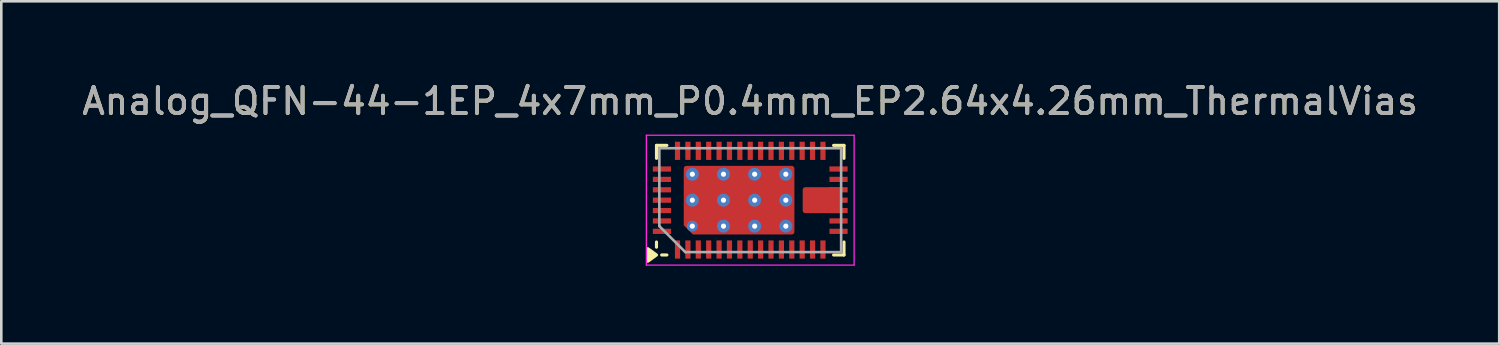
<source format=kicad_pcb>
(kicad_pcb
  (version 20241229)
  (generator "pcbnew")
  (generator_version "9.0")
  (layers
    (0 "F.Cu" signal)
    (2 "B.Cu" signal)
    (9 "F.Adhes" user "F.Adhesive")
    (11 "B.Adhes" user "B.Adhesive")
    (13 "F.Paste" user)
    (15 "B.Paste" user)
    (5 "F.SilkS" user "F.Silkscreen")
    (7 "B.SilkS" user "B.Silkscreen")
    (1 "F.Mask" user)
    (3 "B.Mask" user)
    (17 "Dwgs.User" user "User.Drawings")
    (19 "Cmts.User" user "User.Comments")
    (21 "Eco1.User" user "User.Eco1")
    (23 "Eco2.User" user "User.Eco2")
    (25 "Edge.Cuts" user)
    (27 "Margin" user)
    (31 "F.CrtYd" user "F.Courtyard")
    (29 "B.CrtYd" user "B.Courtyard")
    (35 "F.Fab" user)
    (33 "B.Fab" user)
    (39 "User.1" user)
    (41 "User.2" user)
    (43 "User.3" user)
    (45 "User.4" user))
  (footprint "Analog_QFN-44-1EP_4x7mm_P0.4mm_EP2.64x4.26mm_ThermalVias"
    (layer "F.Cu")
    (at 25.839 4.658)
    (property "Reference" "Analog_QFN-44-1EP_4x7mm_P0.4mm_EP2.64x4.26mm_ThermalVias" (at 0 -3.81 180) (layer "F.SilkS") (effects (font (size 1 1) (thickness 0.15))))
    (attr smd)
    (fp_line (start -3.61 -1.61) (end -3.61 -2.11) (stroke (width 0.12) (type solid)) (layer "F.SilkS"))
    (fp_line (start -3.61 1.61) (end -3.61 1.81) (stroke (width 0.12) (type solid)) (layer "F.SilkS"))
    (fp_line (start -3.21 -2.11) (end -3.61 -2.11) (stroke (width 0.12) (type solid)) (layer "F.SilkS"))
    (fp_line (start -3.21 2.11) (end -3.41 2.11) (stroke (width 0.12) (type solid)) (layer "F.SilkS"))
    (fp_line (start 3.21 -2.11) (end 3.61 -2.11) (stroke (width 0.12) (type solid)) (layer "F.SilkS"))
    (fp_line (start 3.21 2.11) (end 3.61 2.11) (stroke (width 0.12) (type solid)) (layer "F.SilkS"))
    (fp_line (start 3.61 -1.61) (end 3.61 -2.11) (stroke (width 0.12) (type solid)) (layer "F.SilkS"))
    (fp_line (start 3.61 1.61) (end 3.61 2.11) (stroke (width 0.12) (type solid)) (layer "F.SilkS"))
    (fp_poly (pts (xy -3.61 2.11) (xy -3.94 2.35) (xy -3.94 1.87)) (stroke (width 0.12) (type solid)) (fill yes) (layer "F.SilkS"))
    (fp_line (start -4 -2.5) (end -4 2.5) (stroke (width 0.05) (type default)) (layer "F.CrtYd"))
    (fp_line (start -4 -2.5) (end 4 -2.5) (stroke (width 0.05) (type solid)) (layer "F.CrtYd"))
    (fp_line (start -4 2.5) (end 4 2.5) (stroke (width 0.05) (type solid)) (layer "F.CrtYd"))
    (fp_line (start 4 -2.5) (end 4 2.5) (stroke (width 0.05) (type default)) (layer "F.CrtYd"))
    (fp_line (start -3.5 -2) (end 3.5 -2) (stroke (width 0.1) (type solid)) (layer "F.Fab"))
    (fp_line (start -3.5 1) (end -3.5 -2) (stroke (width 0.1) (type solid)) (layer "F.Fab"))
    (fp_line (start -2.5 2) (end -3.5 1) (stroke (width 0.1) (type solid)) (layer "F.Fab"))
    (fp_line (start 3.5 -2) (end 3.5 2) (stroke (width 0.1) (type solid)) (layer "F.Fab"))
    (fp_line (start 3.5 2) (end -2.5 2) (stroke (width 0.1) (type solid)) (layer "F.Fab"))
    (fp_text user "${REFERENCE}" (at 0 -3.81 180) (layer "F.Fab") (effects (font (size 1 1) (thickness 0.15))))
    (pad "" smd roundrect (at -1.78 -0.65) (size 1.3 1.1) (layers "F.Paste") (roundrect_rratio 0) (chamfer_ratio 0.091) (chamfer top_left top_right bottom_left bottom_right))
    (pad "" smd roundrect (at -1.78 0.65) (size 1.3 1.1) (layers "F.Paste") (roundrect_rratio 0) (chamfer_ratio 0.091) (chamfer top_left top_right bottom_left bottom_right))
    (pad "" smd roundrect (at -0.43 -0.65) (size 1 1.1) (layers "F.Paste") (roundrect_rratio 0) (chamfer_ratio 0.1) (chamfer top_left top_right bottom_left bottom_right))
    (pad "" smd roundrect (at -0.43 0.65) (size 1 1.1) (layers "F.Paste") (roundrect_rratio 0) (chamfer_ratio 0.1) (chamfer top_left top_right bottom_left bottom_right))
    (pad "" smd roundrect (at 0.92 -0.65) (size 1.3 1.1) (layers "F.Paste") (roundrect_rratio 0) (chamfer_ratio 0.091) (chamfer top_left top_right bottom_left bottom_right))
    (pad "" smd roundrect (at 0.92 0.65) (size 1.3 1.1) (layers "F.Paste") (roundrect_rratio 0) (chamfer_ratio 0.091) (chamfer top_left top_right bottom_left bottom_right))
    (pad "1" smd rect (at -2.8 1.9 90) (size 0.7 0.2) (layers "F.Cu" "F.Mask" "F.Paste"))
    (pad "2" smd rect (at -2.4 1.9 90) (size 0.7 0.2) (layers "F.Cu" "F.Mask" "F.Paste"))
    (pad "3" smd rect (at -2 1.9 90) (size 0.7 0.2) (layers "F.Cu" "F.Mask" "F.Paste"))
    (pad "4" smd rect (at -1.6 1.9 90) (size 0.7 0.2) (layers "F.Cu" "F.Mask" "F.Paste"))
    (pad "5" smd rect (at -1.2 1.9 90) (size 0.7 0.2) (layers "F.Cu" "F.Mask" "F.Paste"))
    (pad "6" smd rect (at -0.8 1.9 90) (size 0.7 0.2) (layers "F.Cu" "F.Mask" "F.Paste"))
    (pad "7" smd rect (at -0.4 1.9 90) (size 0.7 0.2) (layers "F.Cu" "F.Mask" "F.Paste"))
    (pad "8" smd rect (at 0 1.9 90) (size 0.7 0.2) (layers "F.Cu" "F.Mask" "F.Paste"))
    (pad "9" smd rect (at 0.4 1.9 90) (size 0.7 0.2) (layers "F.Cu" "F.Mask" "F.Paste"))
    (pad "10" smd rect (at 0.8 1.9 90) (size 0.7 0.2) (layers "F.Cu" "F.Mask" "F.Paste"))
    (pad "11" smd rect (at 1.2 1.9 90) (size 0.7 0.2) (layers "F.Cu" "F.Mask" "F.Paste"))
    (pad "12" smd rect (at 1.6 1.9 90) (size 0.7 0.2) (layers "F.Cu" "F.Mask" "F.Paste"))
    (pad "13" smd rect (at 2 1.9 90) (size 0.7 0.2) (layers "F.Cu" "F.Mask" "F.Paste"))
    (pad "14" smd rect (at 2.4 1.9 90) (size 0.7 0.2) (layers "F.Cu" "F.Mask" "F.Paste"))
    (pad "15" smd rect (at 2.8 1.9 90) (size 0.7 0.2) (layers "F.Cu" "F.Mask" "F.Paste"))
    (pad "16" smd rect (at 3.4 1.2) (size 0.7 0.2) (layers "F.Cu" "F.Mask" "F.Paste"))
    (pad "17" smd rect (at 3.4 0.8) (size 0.7 0.2) (layers "F.Cu" "F.Mask" "F.Paste"))
    (pad "18" smd roundrect (at 2.76 0) (size 1.48 1) (layers "F.Cu" "F.Mask" "F.Paste") (roundrect_rratio 0.1))
    (pad "18" smd rect (at 3.4 0.4) (size 0.7 0.2) (layers "F.Cu" "F.Mask" "F.Paste"))
    (pad "19" smd rect (at 3.4 0) (size 0.7 0.2) (layers "F.Cu" "F.Mask" "F.Paste"))
    (pad "20" smd rect (at 3.4 -0.4) (size 0.7 0.2) (layers "F.Cu" "F.Mask" "F.Paste"))
    (pad "21" smd rect (at 3.4 -0.8) (size 0.7 0.2) (layers "F.Cu" "F.Mask" "F.Paste"))
    (pad "22" smd rect (at 3.4 -1.2) (size 0.7 0.2) (layers "F.Cu" "F.Mask" "F.Paste"))
    (pad "23" smd rect (at 2.8 -1.9 90) (size 0.7 0.2) (layers "F.Cu" "F.Mask" "F.Paste"))
    (pad "24" smd rect (at 2.4 -1.9 90) (size 0.7 0.2) (layers "F.Cu" "F.Mask" "F.Paste"))
    (pad "25" smd rect (at 2 -1.9 90) (size 0.7 0.2) (layers "F.Cu" "F.Mask" "F.Paste"))
    (pad "26" smd rect (at 1.6 -1.9 90) (size 0.7 0.2) (layers "F.Cu" "F.Mask" "F.Paste"))
    (pad "27" smd rect (at 1.2 -1.9 90) (size 0.7 0.2) (layers "F.Cu" "F.Mask" "F.Paste"))
    (pad "28" smd rect (at 0.8 -1.9 90) (size 0.7 0.2) (layers "F.Cu" "F.Mask" "F.Paste"))
    (pad "29" smd rect (at 0.4 -1.9 90) (size 0.7 0.2) (layers "F.Cu" "F.Mask" "F.Paste"))
    (pad "30" smd rect (at 0 -1.9 90) (size 0.7 0.2) (layers "F.Cu" "F.Mask" "F.Paste"))
    (pad "31" smd rect (at -0.4 -1.9 90) (size 0.7 0.2) (layers "F.Cu" "F.Mask" "F.Paste"))
    (pad "32" smd rect (at -0.8 -1.9 90) (size 0.7 0.2) (layers "F.Cu" "F.Mask" "F.Paste"))
    (pad "33" smd rect (at -1.2 -1.9 90) (size 0.7 0.2) (layers "F.Cu" "F.Mask" "F.Paste"))
    (pad "34" smd rect (at -1.6 -1.9 90) (size 0.7 0.2) (layers "F.Cu" "F.Mask" "F.Paste"))
    (pad "35" smd rect (at -2 -1.9 90) (size 0.7 0.2) (layers "F.Cu" "F.Mask" "F.Paste"))
    (pad "36" smd rect (at -2.4 -1.9 90) (size 0.7 0.2) (layers "F.Cu" "F.Mask" "F.Paste"))
    (pad "37" smd rect (at -2.8 -1.9 90) (size 0.7 0.2) (layers "F.Cu" "F.Mask" "F.Paste"))
    (pad "38" smd rect (at -3.4 -1.2) (size 0.7 0.2) (layers "F.Cu" "F.Mask" "F.Paste"))
    (pad "39" smd rect (at -3.4 -0.8) (size 0.7 0.2) (layers "F.Cu" "F.Mask" "F.Paste"))
    (pad "40" smd rect (at -3.4 -0.4) (size 0.7 0.2) (layers "F.Cu" "F.Mask" "F.Paste"))
    (pad "41" smd rect (at -3.4 0) (size 0.7 0.2) (layers "F.Cu" "F.Mask" "F.Paste"))
    (pad "42" smd rect (at -3.4 0.4) (size 0.7 0.2) (layers "F.Cu" "F.Mask" "F.Paste"))
    (pad "43" smd rect (at -3.4 0.8) (size 0.7 0.2) (layers "F.Cu" "F.Mask" "F.Paste"))
    (pad "44" smd rect (at -3.4 1.2) (size 0.7 0.2) (layers "F.Cu" "F.Mask" "F.Paste"))
    (pad "45" thru_hole circle (at -2.23 -1) (size 0.5 0.5) (drill 0.2) (property pad_prop_heatsink) (layers "*.Cu"))
    (pad "45" thru_hole circle (at -2.23 0) (size 0.5 0.5) (drill 0.2) (property pad_prop_heatsink) (layers "*.Cu"))
    (pad "45" thru_hole circle (at -2.23 1) (size 0.42 0.42) (drill 0.2) (property pad_prop_heatsink) (layers "*.Cu"))
    (pad "45" thru_hole circle (at -1.03 -1) (size 0.5 0.5) (drill 0.2) (property pad_prop_heatsink) (layers "*.Cu"))
    (pad "45" thru_hole circle (at -1.03 0) (size 0.5 0.5) (drill 0.2) (property pad_prop_heatsink) (layers "*.Cu"))
    (pad "45" thru_hole circle (at -1.03 1) (size 0.5 0.5) (drill 0.2) (property pad_prop_heatsink) (layers "*.Cu"))
    (pad "45" smd roundrect (at -0.43 0) (size 4.26 2.64) (layers "F.Cu" "F.Mask") (roundrect_rratio 0.038) (chamfer_ratio 0.133) (chamfer bottom_left))
    (pad "45" thru_hole circle (at 0.17 -1) (size 0.5 0.5) (drill 0.2) (property pad_prop_heatsink) (layers "*.Cu"))
    (pad "45" thru_hole circle (at 0.17 0) (size 0.5 0.5) (drill 0.2) (property pad_prop_heatsink) (layers "*.Cu"))
    (pad "45" thru_hole circle (at 0.17 1) (size 0.5 0.5) (drill 0.2) (property pad_prop_heatsink) (layers "*.Cu"))
    (pad "45" thru_hole circle (at 1.37 -1) (size 0.5 0.5) (drill 0.2) (property pad_prop_heatsink) (layers "*.Cu"))
    (pad "45" thru_hole circle (at 1.37 0) (size 0.5 0.5) (drill 0.2) (property pad_prop_heatsink) (layers "*.Cu"))
    (pad "45" thru_hole circle (at 1.37 1) (size 0.5 0.5) (drill 0.2) (property pad_prop_heatsink) (layers "*.Cu")))
  (gr_rect
    (start -3 -3)
    (end 54.679 10.183)
    (stroke (width 0.1) (type default))
    (fill no)
    (layer "Edge.Cuts")))
</source>
